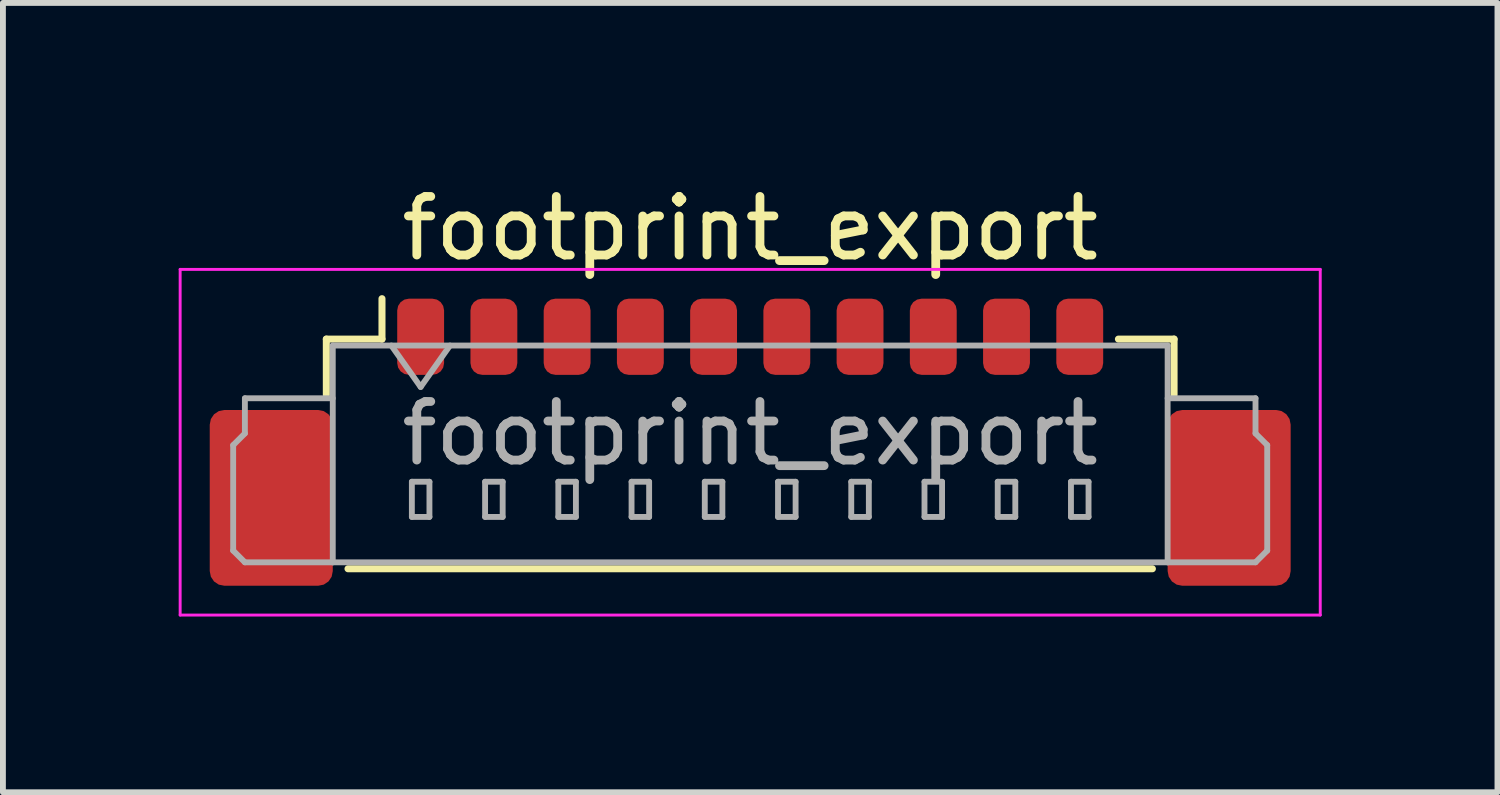
<source format=kicad_pcb>
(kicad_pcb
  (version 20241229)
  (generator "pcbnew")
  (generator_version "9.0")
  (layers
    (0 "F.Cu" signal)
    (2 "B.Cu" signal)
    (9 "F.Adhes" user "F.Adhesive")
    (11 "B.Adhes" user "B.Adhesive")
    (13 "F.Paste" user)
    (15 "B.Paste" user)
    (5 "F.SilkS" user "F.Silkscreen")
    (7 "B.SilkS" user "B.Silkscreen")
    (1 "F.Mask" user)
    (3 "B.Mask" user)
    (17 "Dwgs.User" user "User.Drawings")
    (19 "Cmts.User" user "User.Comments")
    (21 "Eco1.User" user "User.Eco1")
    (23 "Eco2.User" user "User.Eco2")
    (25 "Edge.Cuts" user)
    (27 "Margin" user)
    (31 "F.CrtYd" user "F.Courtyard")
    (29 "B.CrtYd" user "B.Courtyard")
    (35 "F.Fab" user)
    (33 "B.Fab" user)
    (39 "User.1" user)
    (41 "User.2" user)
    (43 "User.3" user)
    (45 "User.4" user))
  (footprint "footprint_export"
    (layer "F.Cu")
    (at 9.755 3.948)
    (property "Reference" "footprint_export" (at 0 -3.1 0) (layer "F.SilkS") (effects (font (size 1 1) (thickness 0.15))))
    (attr smd)
    (fp_line (start -7.235 -1.21) (end -6.285 -1.21) (stroke (width 0.12) (type solid)) (layer "F.SilkS"))
    (fp_line (start -7.235 -0.26) (end -7.235 -1.21) (stroke (width 0.12) (type solid)) (layer "F.SilkS"))
    (fp_line (start -6.865 2.71) (end 6.865 2.71) (stroke (width 0.12) (type solid)) (layer "F.SilkS"))
    (fp_line (start -6.285 -1.21) (end -6.285 -1.9) (stroke (width 0.12) (type solid)) (layer "F.SilkS"))
    (fp_line (start 7.235 -1.21) (end 6.285 -1.21) (stroke (width 0.12) (type solid)) (layer "F.SilkS"))
    (fp_line (start 7.235 -0.26) (end 7.235 -1.21) (stroke (width 0.12) (type solid)) (layer "F.SilkS"))
    (fp_line (start -9.73 -2.4) (end -9.73 3.5) (stroke (width 0.05) (type solid)) (layer "F.CrtYd"))
    (fp_line (start -9.73 3.5) (end 9.73 3.5) (stroke (width 0.05) (type solid)) (layer "F.CrtYd"))
    (fp_line (start 9.73 -2.4) (end -9.73 -2.4) (stroke (width 0.05) (type solid)) (layer "F.CrtYd"))
    (fp_line (start 9.73 3.5) (end 9.73 -2.4) (stroke (width 0.05) (type solid)) (layer "F.CrtYd"))
    (fp_line (start -8.825 0.6) (end -8.625 0.4) (stroke (width 0.1) (type solid)) (layer "F.Fab"))
    (fp_line (start -8.825 2.4) (end -8.825 0.6) (stroke (width 0.1) (type solid)) (layer "F.Fab"))
    (fp_line (start -8.625 -0.2) (end -7.125 -0.2) (stroke (width 0.1) (type solid)) (layer "F.Fab"))
    (fp_line (start -8.625 0.4) (end -8.625 -0.2) (stroke (width 0.1) (type solid)) (layer "F.Fab"))
    (fp_line (start -8.625 2.6) (end -8.825 2.4) (stroke (width 0.1) (type solid)) (layer "F.Fab"))
    (fp_line (start -7.125 -1.1) (end -7.125 2.6) (stroke (width 0.1) (type solid)) (layer "F.Fab"))
    (fp_line (start -7.125 -1.1) (end 7.125 -1.1) (stroke (width 0.1) (type solid)) (layer "F.Fab"))
    (fp_line (start -7.125 2.6) (end -8.625 2.6) (stroke (width 0.1) (type solid)) (layer "F.Fab"))
    (fp_line (start -7.125 2.6) (end 7.125 2.6) (stroke (width 0.1) (type solid)) (layer "F.Fab"))
    (fp_line (start -6.125 -1.1) (end -5.625 -0.393) (stroke (width 0.1) (type solid)) (layer "F.Fab"))
    (fp_line (start -5.775 1.225) (end -5.775 1.825) (stroke (width 0.1) (type solid)) (layer "F.Fab"))
    (fp_line (start -5.775 1.825) (end -5.475 1.825) (stroke (width 0.1) (type solid)) (layer "F.Fab"))
    (fp_line (start -5.625 -0.393) (end -5.125 -1.1) (stroke (width 0.1) (type solid)) (layer "F.Fab"))
    (fp_line (start -5.475 1.225) (end -5.775 1.225) (stroke (width 0.1) (type solid)) (layer "F.Fab"))
    (fp_line (start -5.475 1.825) (end -5.475 1.225) (stroke (width 0.1) (type solid)) (layer "F.Fab"))
    (fp_line (start -4.525 1.225) (end -4.525 1.825) (stroke (width 0.1) (type solid)) (layer "F.Fab"))
    (fp_line (start -4.525 1.825) (end -4.225 1.825) (stroke (width 0.1) (type solid)) (layer "F.Fab"))
    (fp_line (start -4.225 1.225) (end -4.525 1.225) (stroke (width 0.1) (type solid)) (layer "F.Fab"))
    (fp_line (start -4.225 1.825) (end -4.225 1.225) (stroke (width 0.1) (type solid)) (layer "F.Fab"))
    (fp_line (start -3.275 1.225) (end -3.275 1.825) (stroke (width 0.1) (type solid)) (layer "F.Fab"))
    (fp_line (start -3.275 1.825) (end -2.975 1.825) (stroke (width 0.1) (type solid)) (layer "F.Fab"))
    (fp_line (start -2.975 1.225) (end -3.275 1.225) (stroke (width 0.1) (type solid)) (layer "F.Fab"))
    (fp_line (start -2.975 1.825) (end -2.975 1.225) (stroke (width 0.1) (type solid)) (layer "F.Fab"))
    (fp_line (start -2.025 1.225) (end -2.025 1.825) (stroke (width 0.1) (type solid)) (layer "F.Fab"))
    (fp_line (start -2.025 1.825) (end -1.725 1.825) (stroke (width 0.1) (type solid)) (layer "F.Fab"))
    (fp_line (start -1.725 1.225) (end -2.025 1.225) (stroke (width 0.1) (type solid)) (layer "F.Fab"))
    (fp_line (start -1.725 1.825) (end -1.725 1.225) (stroke (width 0.1) (type solid)) (layer "F.Fab"))
    (fp_line (start -0.775 1.225) (end -0.775 1.825) (stroke (width 0.1) (type solid)) (layer "F.Fab"))
    (fp_line (start -0.775 1.825) (end -0.475 1.825) (stroke (width 0.1) (type solid)) (layer "F.Fab"))
    (fp_line (start -0.475 1.225) (end -0.775 1.225) (stroke (width 0.1) (type solid)) (layer "F.Fab"))
    (fp_line (start -0.475 1.825) (end -0.475 1.225) (stroke (width 0.1) (type solid)) (layer "F.Fab"))
    (fp_line (start 0.475 1.225) (end 0.475 1.825) (stroke (width 0.1) (type solid)) (layer "F.Fab"))
    (fp_line (start 0.475 1.825) (end 0.775 1.825) (stroke (width 0.1) (type solid)) (layer "F.Fab"))
    (fp_line (start 0.775 1.225) (end 0.475 1.225) (stroke (width 0.1) (type solid)) (layer "F.Fab"))
    (fp_line (start 0.775 1.825) (end 0.775 1.225) (stroke (width 0.1) (type solid)) (layer "F.Fab"))
    (fp_line (start 1.725 1.225) (end 1.725 1.825) (stroke (width 0.1) (type solid)) (layer "F.Fab"))
    (fp_line (start 1.725 1.825) (end 2.025 1.825) (stroke (width 0.1) (type solid)) (layer "F.Fab"))
    (fp_line (start 2.025 1.225) (end 1.725 1.225) (stroke (width 0.1) (type solid)) (layer "F.Fab"))
    (fp_line (start 2.025 1.825) (end 2.025 1.225) (stroke (width 0.1) (type solid)) (layer "F.Fab"))
    (fp_line (start 2.975 1.225) (end 2.975 1.825) (stroke (width 0.1) (type solid)) (layer "F.Fab"))
    (fp_line (start 2.975 1.825) (end 3.275 1.825) (stroke (width 0.1) (type solid)) (layer "F.Fab"))
    (fp_line (start 3.275 1.225) (end 2.975 1.225) (stroke (width 0.1) (type solid)) (layer "F.Fab"))
    (fp_line (start 3.275 1.825) (end 3.275 1.225) (stroke (width 0.1) (type solid)) (layer "F.Fab"))
    (fp_line (start 4.225 1.225) (end 4.225 1.825) (stroke (width 0.1) (type solid)) (layer "F.Fab"))
    (fp_line (start 4.225 1.825) (end 4.525 1.825) (stroke (width 0.1) (type solid)) (layer "F.Fab"))
    (fp_line (start 4.525 1.225) (end 4.225 1.225) (stroke (width 0.1) (type solid)) (layer "F.Fab"))
    (fp_line (start 4.525 1.825) (end 4.525 1.225) (stroke (width 0.1) (type solid)) (layer "F.Fab"))
    (fp_line (start 5.475 1.225) (end 5.475 1.825) (stroke (width 0.1) (type solid)) (layer "F.Fab"))
    (fp_line (start 5.475 1.825) (end 5.775 1.825) (stroke (width 0.1) (type solid)) (layer "F.Fab"))
    (fp_line (start 5.775 1.225) (end 5.475 1.225) (stroke (width 0.1) (type solid)) (layer "F.Fab"))
    (fp_line (start 5.775 1.825) (end 5.775 1.225) (stroke (width 0.1) (type solid)) (layer "F.Fab"))
    (fp_line (start 7.125 -1.1) (end 7.125 2.6) (stroke (width 0.1) (type solid)) (layer "F.Fab"))
    (fp_line (start 7.125 2.6) (end 8.625 2.6) (stroke (width 0.1) (type solid)) (layer "F.Fab"))
    (fp_line (start 8.625 -0.2) (end 7.125 -0.2) (stroke (width 0.1) (type solid)) (layer "F.Fab"))
    (fp_line (start 8.625 0.4) (end 8.625 -0.2) (stroke (width 0.1) (type solid)) (layer "F.Fab"))
    (fp_line (start 8.625 2.6) (end 8.825 2.4) (stroke (width 0.1) (type solid)) (layer "F.Fab"))
    (fp_line (start 8.825 0.6) (end 8.625 0.4) (stroke (width 0.1) (type solid)) (layer "F.Fab"))
    (fp_line (start 8.825 2.4) (end 8.825 0.6) (stroke (width 0.1) (type solid)) (layer "F.Fab"))
    (fp_text user "${REFERENCE}" (at 0 0.4 0) (layer "F.Fab") (effects (font (size 1 1) (thickness 0.15))))
    (pad "1" smd roundrect (at -5.625 -1.25) (size 0.8 1.3) (layers "F.Cu" "F.Mask" "F.Paste") (roundrect_rratio 0.25))
    (pad "2" smd roundrect (at -4.375 -1.25) (size 0.8 1.3) (layers "F.Cu" "F.Mask" "F.Paste") (roundrect_rratio 0.25))
    (pad "3" smd roundrect (at -3.125 -1.25) (size 0.8 1.3) (layers "F.Cu" "F.Mask" "F.Paste") (roundrect_rratio 0.25))
    (pad "4" smd roundrect (at -1.875 -1.25) (size 0.8 1.3) (layers "F.Cu" "F.Mask" "F.Paste") (roundrect_rratio 0.25))
    (pad "5" smd roundrect (at -0.625 -1.25) (size 0.8 1.3) (layers "F.Cu" "F.Mask" "F.Paste") (roundrect_rratio 0.25))
    (pad "6" smd roundrect (at 0.625 -1.25) (size 0.8 1.3) (layers "F.Cu" "F.Mask" "F.Paste") (roundrect_rratio 0.25))
    (pad "7" smd roundrect (at 1.875 -1.25) (size 0.8 1.3) (layers "F.Cu" "F.Mask" "F.Paste") (roundrect_rratio 0.25))
    (pad "8" smd roundrect (at 3.125 -1.25) (size 0.8 1.3) (layers "F.Cu" "F.Mask" "F.Paste") (roundrect_rratio 0.25))
    (pad "9" smd roundrect (at 4.375 -1.25) (size 0.8 1.3) (layers "F.Cu" "F.Mask" "F.Paste") (roundrect_rratio 0.25))
    (pad "10" smd roundrect (at 5.625 -1.25) (size 0.8 1.3) (layers "F.Cu" "F.Mask" "F.Paste") (roundrect_rratio 0.25))
    (pad "MP" smd roundrect (at -8.175 1.5) (size 2.1 3) (layers "F.Cu" "F.Mask" "F.Paste") (roundrect_rratio 0.119))
    (pad "MP" smd roundrect (at 8.175 1.5) (size 2.1 3) (layers "F.Cu" "F.Mask" "F.Paste") (roundrect_rratio 0.119)))
  (gr_rect
    (start -3 -3)
    (end 22.51 10.473)
    (stroke (width 0.1) (type default))
    (fill no)
    (layer "Edge.Cuts")))
</source>
